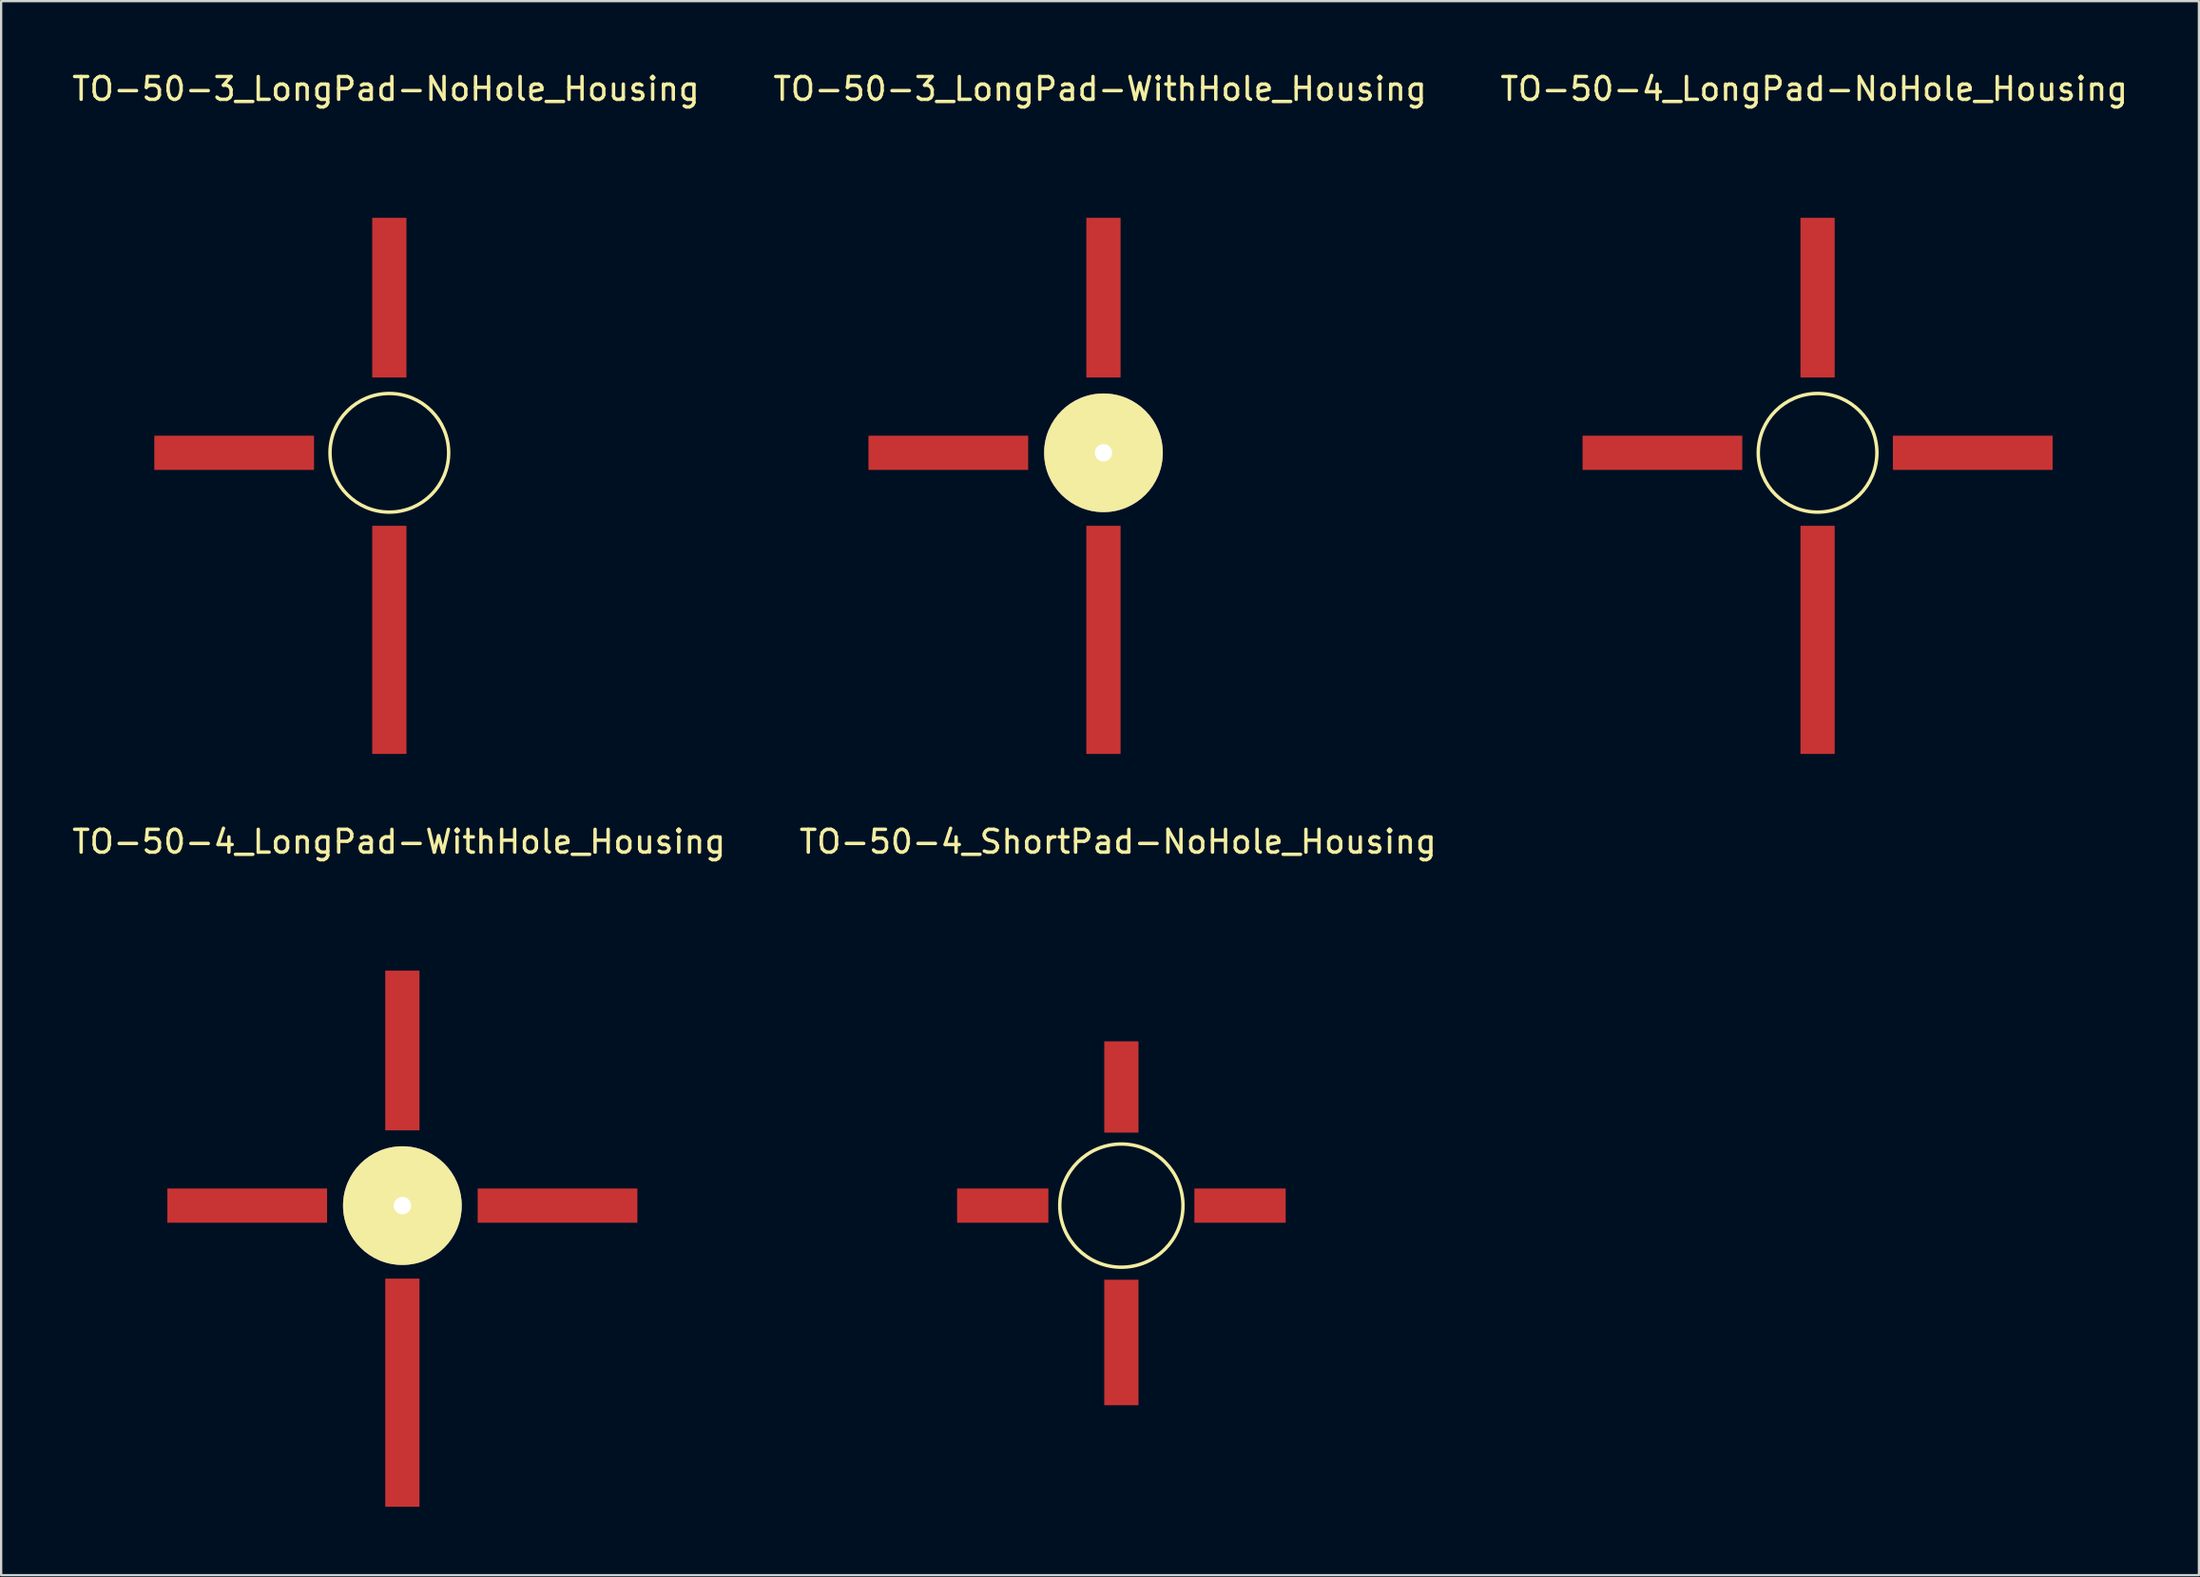
<source format=kicad_pcb>
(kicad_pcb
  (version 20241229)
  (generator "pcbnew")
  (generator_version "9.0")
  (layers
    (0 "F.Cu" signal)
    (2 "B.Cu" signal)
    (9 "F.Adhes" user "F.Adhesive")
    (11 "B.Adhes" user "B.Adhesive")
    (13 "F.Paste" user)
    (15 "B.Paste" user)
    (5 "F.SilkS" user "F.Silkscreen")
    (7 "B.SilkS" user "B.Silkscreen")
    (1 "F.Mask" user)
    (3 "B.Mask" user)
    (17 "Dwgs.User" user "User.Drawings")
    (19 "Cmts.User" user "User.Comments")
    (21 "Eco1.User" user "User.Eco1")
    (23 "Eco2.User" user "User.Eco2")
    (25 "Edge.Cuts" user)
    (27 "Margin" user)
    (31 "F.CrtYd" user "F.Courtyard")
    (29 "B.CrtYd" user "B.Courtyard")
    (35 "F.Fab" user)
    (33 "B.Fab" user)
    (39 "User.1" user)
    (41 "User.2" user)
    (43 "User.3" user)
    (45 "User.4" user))
  (footprint "TO-50-4_LongPad-WithHole_Housing"
    (layer "F.Cu")
    (at 14.585 49.797)
    (property "Reference" "TO-50-4_LongPad-WithHole_Housing" (at -0.15 -15.95 0) (layer "F.SilkS") (effects (font (size 1 1) (thickness 0.15))))
    (attr smd)
    (pad "" np_thru_hole circle (at 0 0) (size 5.2 5.2) (drill 0.762) (layers "*.Cu" "*.Mask" "F.SilkS"))
    (pad "1" smd rect (at 0 -6.8) (size 1.5 7) (layers "F.Cu" "F.Mask" "F.Paste"))
    (pad "2" smd rect (at -6.8 0) (size 7 1.5) (layers "F.Cu" "F.Mask" "F.Paste"))
    (pad "3" smd rect (at 0 8.2) (size 1.5 10) (layers "F.Cu" "F.Mask" "F.Paste"))
    (pad "4" smd rect (at 6.8 0) (size 7 1.5) (layers "F.Cu" "F.Mask" "F.Paste")))
  (footprint "TO-50-4_ShortPad-NoHole_Housing"
    (layer "F.Cu")
    (at 46.096 49.797)
    (property "Reference" "TO-50-4_ShortPad-NoHole_Housing" (at -0.15 -15.95 0) (layer "F.SilkS") (effects (font (size 1 1) (thickness 0.15))))
    (attr smd)
    (fp_circle (center 0 0) (end 2.7 0) (stroke (width 0.15) (type solid)) (fill no) (layer "F.SilkS"))
    (pad "1" smd rect (at 0 -5.2) (size 1.5 4) (layers "F.Cu" "F.Mask" "F.Paste"))
    (pad "2" smd rect (at -5.2 0) (size 4 1.5) (layers "F.Cu" "F.Mask" "F.Paste"))
    (pad "3" smd rect (at 0 6) (size 1.5 5.5) (layers "F.Cu" "F.Mask" "F.Paste"))
    (pad "4" smd rect (at 5.2 0) (size 4 1.5) (layers "F.Cu" "F.Mask" "F.Paste")))
  (footprint "TO-50-3_LongPad-NoHole_Housing"
    (layer "F.Cu")
    (at 14.013 16.798)
    (property "Reference" "TO-50-3_LongPad-NoHole_Housing" (at -0.15 -15.95 0) (layer "F.SilkS") (effects (font (size 1 1) (thickness 0.15))))
    (attr smd)
    (fp_circle (center 0 0) (end 2.6 0) (stroke (width 0.15) (type solid)) (fill no) (layer "F.SilkS"))
    (pad "1" smd rect (at 0 -6.8) (size 1.5 7) (layers "F.Cu" "F.Mask" "F.Paste"))
    (pad "2" smd rect (at -6.8 0) (size 7 1.5) (layers "F.Cu" "F.Mask" "F.Paste"))
    (pad "3" smd rect (at 0 8.2) (size 1.5 10) (layers "F.Cu" "F.Mask" "F.Paste")))
  (footprint "TO-50-3_LongPad-WithHole_Housing"
    (layer "F.Cu")
    (at 45.311 16.798)
    (property "Reference" "TO-50-3_LongPad-WithHole_Housing" (at -0.15 -15.95 0) (layer "F.SilkS") (effects (font (size 1 1) (thickness 0.15))))
    (attr smd)
    (pad "" np_thru_hole circle (at 0 0) (size 5.2 5.2) (drill 0.762) (layers "*.Cu" "*.Mask" "F.SilkS"))
    (pad "1" smd rect (at 0 -6.8) (size 1.5 7) (layers "F.Cu" "F.Mask" "F.Paste"))
    (pad "2" smd rect (at -6.8 0) (size 7 1.5) (layers "F.Cu" "F.Mask" "F.Paste"))
    (pad "3" smd rect (at 0 8.2) (size 1.5 10) (layers "F.Cu" "F.Mask" "F.Paste")))
  (footprint "TO-50-4_LongPad-NoHole_Housing"
    (layer "F.Cu")
    (at 76.608 16.798)
    (property "Reference" "TO-50-4_LongPad-NoHole_Housing" (at -0.15 -15.95 0) (layer "F.SilkS") (effects (font (size 1 1) (thickness 0.15))))
    (attr smd)
    (fp_circle (center 0 0) (end 2.6 0) (stroke (width 0.15) (type solid)) (fill no) (layer "F.SilkS"))
    (pad "1" smd rect (at 0 -6.8) (size 1.5 7) (layers "F.Cu" "F.Mask" "F.Paste"))
    (pad "2" smd rect (at -6.8 0) (size 7 1.5) (layers "F.Cu" "F.Mask" "F.Paste"))
    (pad "3" smd rect (at 0 8.2) (size 1.5 10) (layers "F.Cu" "F.Mask" "F.Paste"))
    (pad "4" smd rect (at 6.8 0) (size 7 1.5) (layers "F.Cu" "F.Mask" "F.Paste")))
  (gr_rect
    (start -3 -3)
    (end 93.321 65.996)
    (stroke (width 0.1) (type default))
    (fill no)
    (layer "Edge.Cuts")))
</source>
